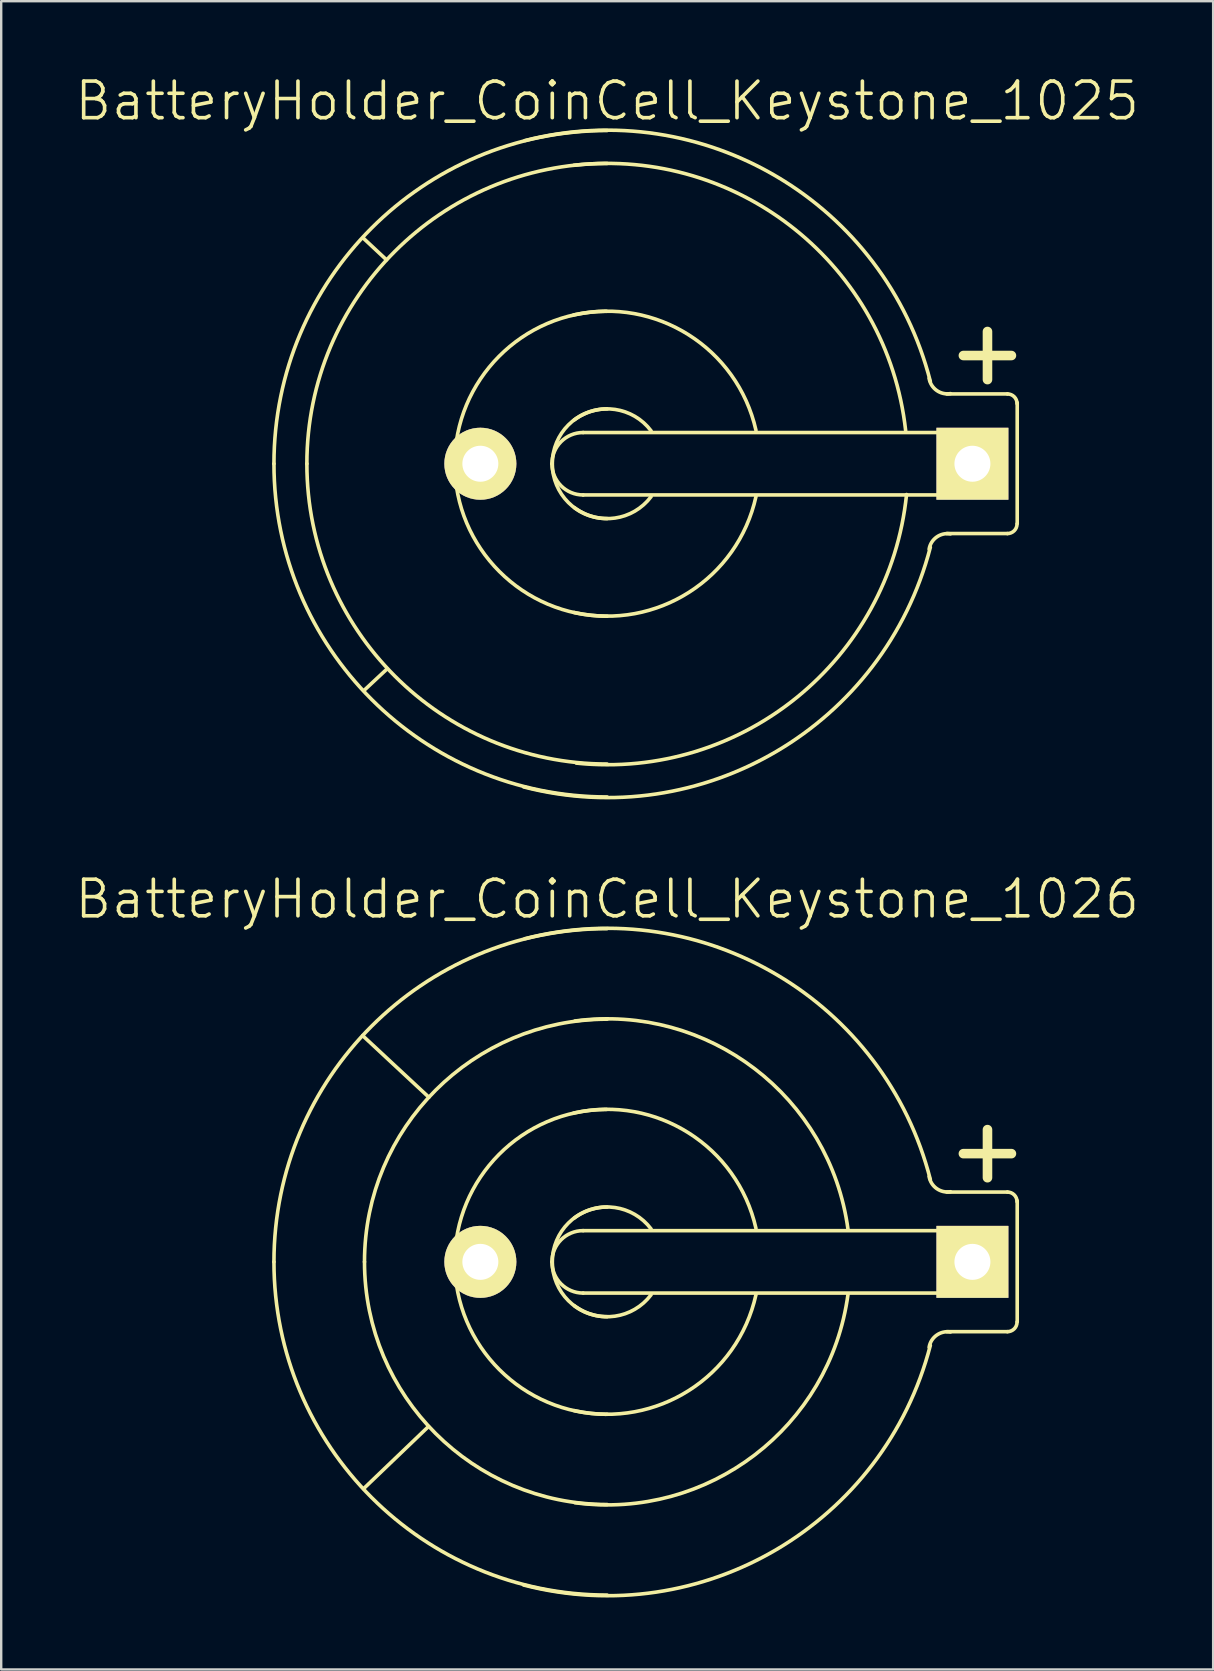
<source format=kicad_pcb>
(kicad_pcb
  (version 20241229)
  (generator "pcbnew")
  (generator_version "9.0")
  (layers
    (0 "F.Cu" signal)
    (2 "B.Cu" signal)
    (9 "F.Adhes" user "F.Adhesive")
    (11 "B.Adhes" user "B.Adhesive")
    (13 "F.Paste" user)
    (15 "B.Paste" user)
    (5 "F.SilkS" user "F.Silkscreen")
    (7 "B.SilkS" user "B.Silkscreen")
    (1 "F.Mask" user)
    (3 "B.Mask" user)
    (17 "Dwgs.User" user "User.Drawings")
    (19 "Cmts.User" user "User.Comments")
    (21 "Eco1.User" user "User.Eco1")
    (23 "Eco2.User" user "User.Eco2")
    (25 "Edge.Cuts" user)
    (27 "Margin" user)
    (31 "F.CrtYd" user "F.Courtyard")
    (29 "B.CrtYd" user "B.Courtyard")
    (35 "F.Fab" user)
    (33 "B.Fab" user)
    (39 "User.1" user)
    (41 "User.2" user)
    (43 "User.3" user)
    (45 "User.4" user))
  (footprint "BatteryHolder_CoinCell_Keystone_1025"
    (layer "F.Cu")
    (at 22.243 16.268)
    (property "Reference" "BatteryHolder_CoinCell_Keystone_1025" (at 0 -15.113 0) (layer "F.SilkS") (effects (font (size 1.524 1.524) (thickness 0.15))))
    (attr through_hole)
    (fp_line (start -9.195 -8.496) (end -10.16 -9.398) (stroke (width 0.15) (type solid)) (layer "F.SilkS"))
    (fp_line (start -9.169 8.547) (end -10.135 9.449) (stroke (width 0.15) (type solid)) (layer "F.SilkS"))
    (fp_line (start -1.001 -1.3) (end 15.199 -1.3) (stroke (width 0.15) (type solid)) (layer "F.SilkS"))
    (fp_line (start 14.839 -4.508) (end 16.84 -4.508) (stroke (width 0.399) (type solid)) (layer "F.SilkS"))
    (fp_line (start 15.199 1.3) (end -1.001 1.3) (stroke (width 0.15) (type solid)) (layer "F.SilkS"))
    (fp_line (start 15.207 -1.3) (end 15.207 1.3) (stroke (width 0.15) (type solid)) (layer "F.SilkS"))
    (fp_line (start 15.842 -3.505) (end 15.842 -5.509) (stroke (width 0.399) (type solid)) (layer "F.SilkS"))
    (fp_line (start 16.675 -2.908) (end 14.148 -2.908) (stroke (width 0.15) (type solid)) (layer "F.SilkS"))
    (fp_line (start 16.675 2.908) (end 14.148 2.908) (stroke (width 0.15) (type solid)) (layer "F.SilkS"))
    (fp_line (start 17.081 -2.54) (end 17.081 2.489) (stroke (width 0.15) (type solid)) (layer "F.SilkS"))
    (fp_arc (start -13.8811 0) (mid -9.81542 -9.81542) (end 0 -13.8811) (stroke (width 0.15) (type solid)) (layer "F.SilkS"))
    (fp_arc (start -12.5095 0) (mid -8.845552 -8.845552) (end 0 -12.5095) (stroke (width 0.15) (type solid)) (layer "F.SilkS"))
    (fp_arc (start -6.35 0.0254) (mid -4.508089 -4.472168) (end -0.0254 -6.35) (stroke (width 0.15) (type solid)) (layer "F.SilkS"))
    (fp_arc (start -3.429 -13.462) (mid 7.094402 -11.943741) (end 13.462 -3.429) (stroke (width 0.15) (type solid)) (layer "F.SilkS"))
    (fp_arc (start -2.30124 0) (mid -1.920338 -0.919578) (end -1.00076 -1.30048) (stroke (width 0.15) (type solid)) (layer "F.SilkS"))
    (fp_arc (start -2.286 0) (mid -1.616446 -1.616446) (end 0 -2.286) (stroke (width 0.15) (type solid)) (layer "F.SilkS"))
    (fp_arc (start -1.397 -6.1976) (mid 3.394537 -5.370193) (end 6.1976 -1.397) (stroke (width 0.15) (type solid)) (layer "F.SilkS"))
    (fp_arc (start -1.3843 -12.4333) (mid 7.812823 -9.770519) (end 12.4333 -1.3843) (stroke (width 0.15) (type solid)) (layer "F.SilkS"))
    (fp_arc (start -1.3716 -1.8288) (mid 0.323289 -2.263025) (end 1.8288 -1.3716) (stroke (width 0.15) (type solid)) (layer "F.SilkS"))
    (fp_arc (start -1.00076 1.30048) (mid -1.920338 0.919578) (end -2.30124 0) (stroke (width 0.15) (type solid)) (layer "F.SilkS"))
    (fp_arc (start 0 2.286) (mid -1.616446 1.616446) (end -2.286 0) (stroke (width 0.15) (type solid)) (layer "F.SilkS"))
    (fp_arc (start 0 6.35) (mid -4.490128 4.490128) (end -6.35 0) (stroke (width 0.15) (type solid)) (layer "F.SilkS"))
    (fp_arc (start 0 12.5095) (mid -8.845552 8.845552) (end -12.5095 0) (stroke (width 0.15) (type solid)) (layer "F.SilkS"))
    (fp_arc (start 0 13.8811) (mid -9.81542 9.81542) (end -13.8811 0) (stroke (width 0.15) (type solid)) (layer "F.SilkS"))
    (fp_arc (start 1.8288 1.3716) (mid 0.323289 2.263025) (end -1.3716 1.8288) (stroke (width 0.15) (type solid)) (layer "F.SilkS"))
    (fp_arc (start 6.1976 1.3716) (mid 3.412497 5.352233) (end -1.3716 6.1976) (stroke (width 0.15) (type solid)) (layer "F.SilkS"))
    (fp_arc (start 12.4714 1.2827) (mid 7.911606 9.725617) (end -1.2827 12.4714) (stroke (width 0.15) (type solid)) (layer "F.SilkS"))
    (fp_arc (start 13.4112 3.556) (mid 13.724187 3.054382) (end 14.3002 2.921) (stroke (width 0.15) (type solid)) (layer "F.SilkS"))
    (fp_arc (start 13.462 3.4798) (mid 7.058481 11.979662) (end -3.4798 13.462) (stroke (width 0.15) (type solid)) (layer "F.SilkS"))
    (fp_arc (start 14.3002 -2.921) (mid 13.724187 -3.054382) (end 13.4112 -3.556) (stroke (width 0.15) (type solid)) (layer "F.SilkS"))
    (fp_arc (start 16.67256 -2.9083) (mid 16.956336 -2.790756) (end 17.07388 -2.50698) (stroke (width 0.15) (type solid)) (layer "F.SilkS"))
    (fp_arc (start 17.07388 2.50698) (mid 16.956336 2.790756) (end 16.67256 2.9083) (stroke (width 0.15) (type solid)) (layer "F.SilkS"))
    (pad "1" thru_hole rect (at 15.215 0) (size 2.997 2.997) (drill 1.499) (layers "*.Cu" "*.Mask" "F.SilkS"))
    (pad "2" thru_hole circle (at -5.283 0) (size 3 3) (drill 1.499) (layers "*.Cu" "*.Mask" "F.SilkS")))
  (footprint "BatteryHolder_CoinCell_Keystone_1026"
    (layer "F.Cu")
    (at 22.243 49.515)
    (property "Reference" "BatteryHolder_CoinCell_Keystone_1026" (at 0 -15.113 0) (layer "F.SilkS") (effects (font (size 1.524 1.524) (thickness 0.15))))
    (attr through_hole)
    (fp_line (start -7.442 6.858) (end -10.147 9.449) (stroke (width 0.15) (type solid)) (layer "F.SilkS"))
    (fp_line (start -7.429 -6.858) (end -10.185 -9.423) (stroke (width 0.15) (type solid)) (layer "F.SilkS"))
    (fp_line (start -1.001 -1.3) (end 15.199 -1.3) (stroke (width 0.15) (type solid)) (layer "F.SilkS"))
    (fp_line (start 14.839 -4.508) (end 16.84 -4.508) (stroke (width 0.399) (type solid)) (layer "F.SilkS"))
    (fp_line (start 15.199 1.3) (end -1.001 1.3) (stroke (width 0.15) (type solid)) (layer "F.SilkS"))
    (fp_line (start 15.207 -1.3) (end 15.207 1.3) (stroke (width 0.15) (type solid)) (layer "F.SilkS"))
    (fp_line (start 15.842 -3.505) (end 15.842 -5.509) (stroke (width 0.399) (type solid)) (layer "F.SilkS"))
    (fp_line (start 16.675 -2.908) (end 14.148 -2.908) (stroke (width 0.15) (type solid)) (layer "F.SilkS"))
    (fp_line (start 16.675 2.908) (end 14.148 2.908) (stroke (width 0.15) (type solid)) (layer "F.SilkS"))
    (fp_line (start 17.081 -2.54) (end 17.081 2.489) (stroke (width 0.15) (type solid)) (layer "F.SilkS"))
    (fp_arc (start -13.8811 0) (mid -9.81542 -9.81542) (end 0 -13.8811) (stroke (width 0.15) (type solid)) (layer "F.SilkS"))
    (fp_arc (start -10.1092 0) (mid -7.148284 -7.148284) (end 0 -10.1092) (stroke (width 0.15) (type solid)) (layer "F.SilkS"))
    (fp_arc (start -6.35 0.0254) (mid -4.508089 -4.472168) (end -0.0254 -6.35) (stroke (width 0.15) (type solid)) (layer "F.SilkS"))
    (fp_arc (start -3.429 -13.462) (mid 7.094402 -11.943741) (end 13.462 -3.429) (stroke (width 0.15) (type solid)) (layer "F.SilkS"))
    (fp_arc (start -2.30124 0) (mid -1.920338 -0.919578) (end -1.00076 -1.30048) (stroke (width 0.15) (type solid)) (layer "F.SilkS"))
    (fp_arc (start -2.286 0) (mid -1.616446 -1.616446) (end 0 -2.286) (stroke (width 0.15) (type solid)) (layer "F.SilkS"))
    (fp_arc (start -1.397 -6.1976) (mid 3.394537 -5.370193) (end 6.1976 -1.397) (stroke (width 0.15) (type solid)) (layer "F.SilkS"))
    (fp_arc (start -1.3716 -1.8288) (mid 0.323289 -2.263025) (end 1.8288 -1.3716) (stroke (width 0.15) (type solid)) (layer "F.SilkS"))
    (fp_arc (start -1.3462 -10.033) (mid 6.142495 -8.046309) (end 10.033 -1.3462) (stroke (width 0.15) (type solid)) (layer "F.SilkS"))
    (fp_arc (start -1.00076 1.30048) (mid -1.920338 0.919578) (end -2.30124 0) (stroke (width 0.15) (type solid)) (layer "F.SilkS"))
    (fp_arc (start 0 2.286) (mid -1.616446 1.616446) (end -2.286 0) (stroke (width 0.15) (type solid)) (layer "F.SilkS"))
    (fp_arc (start 0 6.35) (mid -4.490128 4.490128) (end -6.35 0) (stroke (width 0.15) (type solid)) (layer "F.SilkS"))
    (fp_arc (start 0 10.1092) (mid -7.148284 7.148284) (end -10.1092 0) (stroke (width 0.15) (type solid)) (layer "F.SilkS"))
    (fp_arc (start 0 13.8811) (mid -9.81542 9.81542) (end -13.8811 0) (stroke (width 0.15) (type solid)) (layer "F.SilkS"))
    (fp_arc (start 1.8288 1.3716) (mid 0.323289 2.263025) (end -1.3716 1.8288) (stroke (width 0.15) (type solid)) (layer "F.SilkS"))
    (fp_arc (start 6.1976 1.3716) (mid 3.412497 5.352233) (end -1.3716 6.1976) (stroke (width 0.15) (type solid)) (layer "F.SilkS"))
    (fp_arc (start 10.033 1.3462) (mid 6.142495 8.046309) (end -1.3462 10.033) (stroke (width 0.15) (type solid)) (layer "F.SilkS"))
    (fp_arc (start 13.4112 3.556) (mid 13.724187 3.054382) (end 14.3002 2.921) (stroke (width 0.15) (type solid)) (layer "F.SilkS"))
    (fp_arc (start 13.462 3.4798) (mid 7.058481 11.979662) (end -3.4798 13.462) (stroke (width 0.15) (type solid)) (layer "F.SilkS"))
    (fp_arc (start 14.3002 -2.921) (mid 13.724187 -3.054382) (end 13.4112 -3.556) (stroke (width 0.15) (type solid)) (layer "F.SilkS"))
    (fp_arc (start 16.67256 -2.9083) (mid 16.956336 -2.790756) (end 17.07388 -2.50698) (stroke (width 0.15) (type solid)) (layer "F.SilkS"))
    (fp_arc (start 17.07388 2.50698) (mid 16.956336 2.790756) (end 16.67256 2.9083) (stroke (width 0.15) (type solid)) (layer "F.SilkS"))
    (pad "1" thru_hole rect (at 15.215 0) (size 2.997 2.997) (drill 1.499) (layers "*.Cu" "*.Mask" "F.SilkS"))
    (pad "2" thru_hole circle (at -5.283 0) (size 3 3) (drill 1.499) (layers "*.Cu" "*.Mask" "F.SilkS")))
  (gr_rect
    (start -3 -3)
    (end 47.486 66.495)
    (stroke (width 0.1) (type default))
    (fill no)
    (layer "Edge.Cuts")))
</source>
